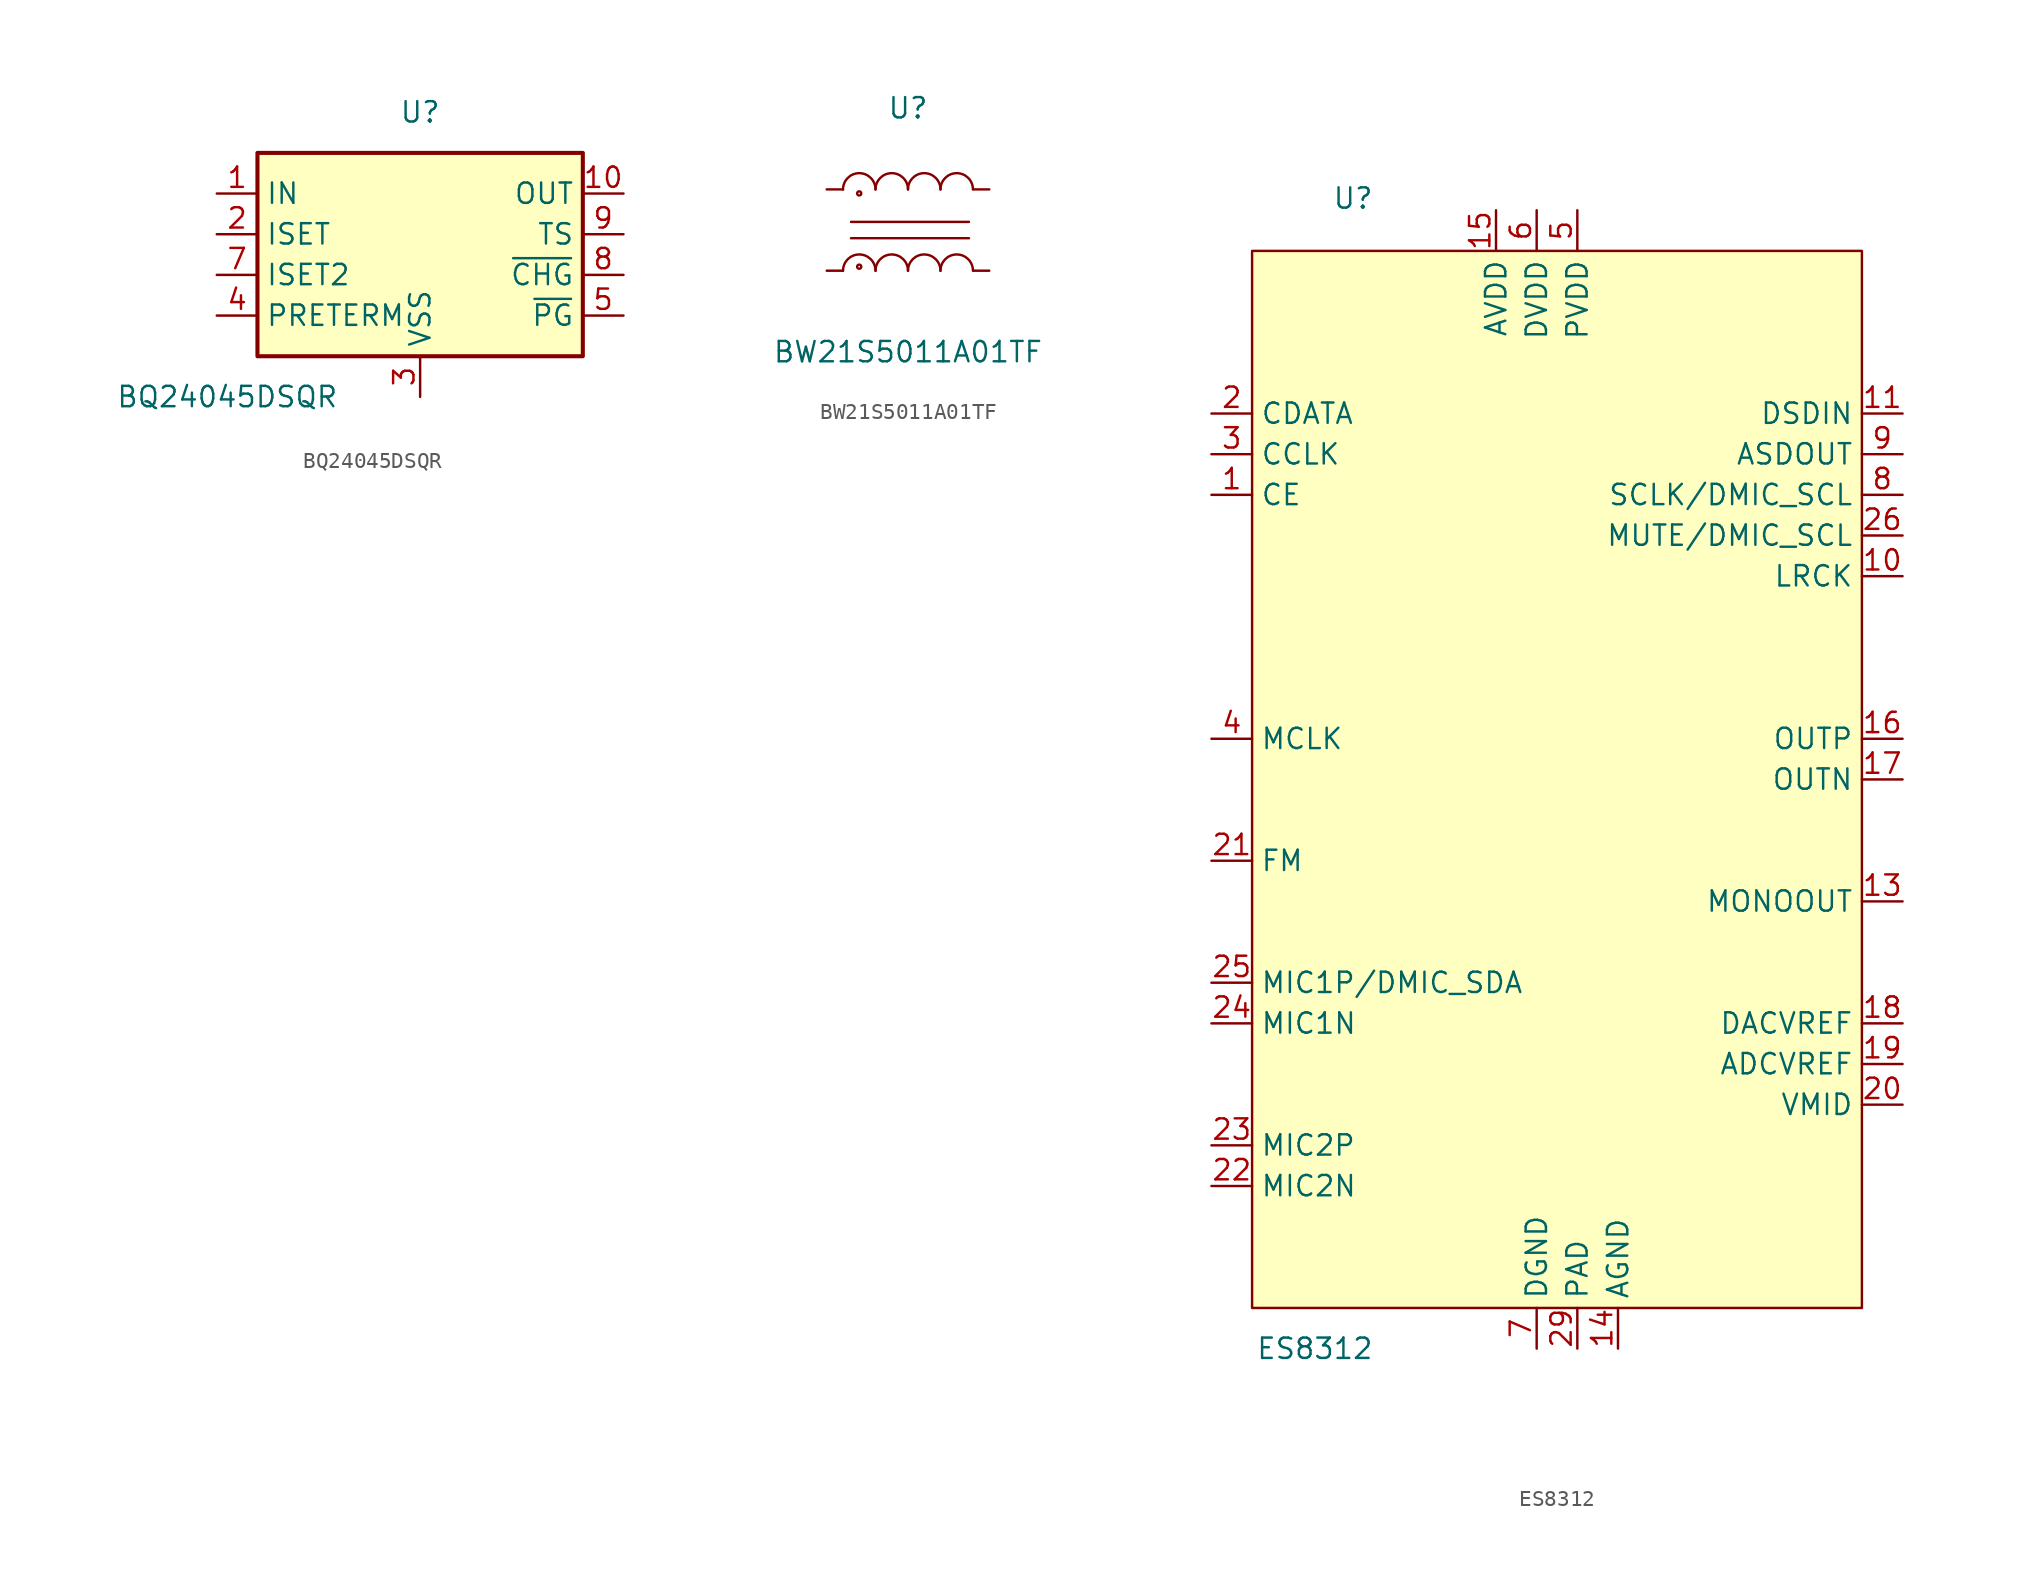
<source format=kicad_sym>
(kicad_symbol_lib
  (version 20241209)
  (generator "kicad_symbol_editor")
  (generator_version "9.0")
  (symbol "BQ24045DSQR"
    (property "Reference" "U"
      (at 0 10.16 0)
      (effects (font (size 1.27 1.27))))
    (property "Value" "BQ24045DSQR"
      (at -5.08 -7.62 0)
      (effects (font (size 1.27 1.27)) (justify right)))
    (symbol "BQ24045DSQR_0_1"
      (rectangle (start -10.16 7.62) (end 10.16 -5.08) (stroke (width 0.254) (type default)) (fill (type background))))
    (symbol "BQ24045DSQR_1_1"
      (pin power_in line (at -12.7 5.08 0) (length 2.54) (name "IN" (effects (font (size 1.27 1.27)))) (number "1" (effects (font (size 1.27 1.27)))))
      (pin passive line (at -12.7 2.54 0) (length 2.54) (name "ISET" (effects (font (size 1.27 1.27)))) (number "2" (effects (font (size 1.27 1.27)))))
      (pin passive line (at -12.7 0 0) (length 2.54) (name "ISET2" (effects (font (size 1.27 1.27)))) (number "7" (effects (font (size 1.27 1.27)))))
      (pin passive line (at -12.7 -2.54 0) (length 2.54) (name "PRETERM" (effects (font (size 1.27 1.27)))) (number "4" (effects (font (size 1.27 1.27)))))
      (pin passive line (at 0 -7.62 90) (length 2.54) (hide yes) (name "VSS" (effects (font (size 1.27 1.27)))) (number "11" (effects (font (size 1.27 1.27)))))
      (pin power_in line (at 0 -7.62 90) (length 2.54) (name "VSS" (effects (font (size 1.27 1.27)))) (number "3" (effects (font (size 1.27 1.27)))))
      (pin no_connect line (at 2.54 -7.62 90) (length 2.54) (hide yes) (name "NC" (effects (font (size 1.27 1.27)))) (number "6" (effects (font (size 1.27 1.27)))))
      (pin power_out line (at 12.7 5.08 180) (length 2.54) (name "OUT" (effects (font (size 1.27 1.27)))) (number "10" (effects (font (size 1.27 1.27)))))
      (pin passive line (at 12.7 2.54 180) (length 2.54) (name "TS" (effects (font (size 1.27 1.27)))) (number "9" (effects (font (size 1.27 1.27)))))
      (pin open_collector line (at 12.7 0 180) (length 2.54) (name "~{CHG}" (effects (font (size 1.27 1.27)))) (number "8" (effects (font (size 1.27 1.27)))))
      (pin open_collector line (at 12.7 -2.54 180) (length 2.54) (name "~{PG}" (effects (font (size 1.27 1.27)))) (number "5" (effects (font (size 1.27 1.27)))))))
  (symbol "BW21S5011A01TF"
    (pin_numbers
      (hide yes))
    (pin_names
      (hide yes))
    (property "Reference" "U"
      (at 0 7.62 0)
      (effects (font (size 1.27 1.27))))
    (property "Value" "BW21S5011A01TF"
      (at 0 -7.62 0)
      (effects (font (size 1.27 1.27))))
    (symbol "BW21S5011A01TF_0_1"
      (polyline (pts (xy -3.56 0.51) (xy 3.81 0.51)) (stroke (width 0) (type default)) (fill (type none)))
      (polyline (pts (xy -3.56 -0.51) (xy 3.81 -0.51)) (stroke (width 0) (type default)) (fill (type none)))
      (circle (center -3.05 2.29) (radius 0.13) (stroke (width 0) (type default)) (fill (type none)))
      (circle (center -3.05 -2.29) (radius 0.13) (stroke (width 0) (type default)) (fill (type none)))
      (arc (start -4.06 2.53) (mid -3.055 3.553) (end -2.03 2.55) (stroke (width 0) (type default)) (fill (type none)))
      (arc (start -4.06 -2.55) (mid -3.055 -1.527) (end -2.03 -2.53) (stroke (width 0) (type default)) (fill (type none)))
      (arc (start -2.03 2.53) (mid -1.025 3.553) (end 0 2.55) (stroke (width 0) (type default)) (fill (type none)))
      (arc (start -2.03 -2.55) (mid -1.025 -1.527) (end 0 -2.53) (stroke (width 0) (type default)) (fill (type none)))
      (arc (start 0 2.53) (mid 1.005 3.553) (end 2.03 2.55) (stroke (width 0) (type default)) (fill (type none)))
      (arc (start 0 -2.55) (mid 1.005 -1.527) (end 2.03 -2.53) (stroke (width 0) (type default)) (fill (type none)))
      (arc (start 2.03 2.53) (mid 3.035 3.553) (end 4.06 2.55) (stroke (width 0) (type default)) (fill (type none)))
      (arc (start 2.03 -2.55) (mid 3.035 -1.527) (end 4.06 -2.53) (stroke (width 0) (type default)) (fill (type none))))
    (symbol "BW21S5011A01TF_1_1"
      (pin passive line (at -5.08 2.54 0) (length 1.016) (name "1" (effects (font (size 1.27 1.27)))) (number "1" (effects (font (size 1.27 1.27)))))
      (pin passive line (at -5.08 -2.54 0) (length 1.016) (name "4" (effects (font (size 1.27 1.27)))) (number "4" (effects (font (size 1.27 1.27)))))
      (pin passive line (at 5.08 2.54 180) (length 1.016) (name "2" (effects (font (size 1.27 1.27)))) (number "2" (effects (font (size 1.27 1.27)))))
      (pin passive line (at 5.08 -2.54 180) (length 1.016) (name "3" (effects (font (size 1.27 1.27)))) (number "3" (effects (font (size 1.27 1.27)))))))
  (symbol "ES8312"
    (property "Reference" "U"
      (at -10.16 33.02 0)
      (effects (font (size 1.27 1.27)) (justify right bottom)))
    (property "Value" "ES8312"
      (at -10.16 -38.1 0)
      (effects (font (size 1.27 1.27)) (justify right)))
    (symbol "ES8312_1_1"
      (rectangle (start -17.78 30.48) (end 20.32 -35.56) (stroke (width 0) (type default)) (fill (type background)))
      (pin bidirectional line (at -20.32 20.32 0) (length 2.54) (name "CDATA" (effects (font (size 1.27 1.27)))) (number "2" (effects (font (size 1.27 1.27)))))
      (pin input line (at -20.32 17.78 0) (length 2.54) (name "CCLK" (effects (font (size 1.27 1.27)))) (number "3" (effects (font (size 1.27 1.27)))))
      (pin input line (at -20.32 15.24 0) (length 2.54) (name "CE" (effects (font (size 1.27 1.27)))) (number "1" (effects (font (size 1.27 1.27)))))
      (pin no_connect line (at -20.32 10.16 0) (length 2.54) (hide yes) (name "NC" (effects (font (size 1.27 1.27)))) (number "12" (effects (font (size 1.27 1.27)))))
      (pin no_connect line (at -20.32 7.62 0) (length 2.54) (hide yes) (name "NC" (effects (font (size 1.27 1.27)))) (number "27" (effects (font (size 1.27 1.27)))))
      (pin no_connect line (at -20.32 5.08 0) (length 2.54) (hide yes) (name "NC" (effects (font (size 1.27 1.27)))) (number "28" (effects (font (size 1.27 1.27)))))
      (pin input line (at -20.32 0 0) (length 2.54) (name "MCLK" (effects (font (size 1.27 1.27)))) (number "4" (effects (font (size 1.27 1.27)))))
      (pin input line (at -20.32 -7.62 0) (length 2.54) (name "FM" (effects (font (size 1.27 1.27)))) (number "21" (effects (font (size 1.27 1.27)))))
      (pin input line (at -20.32 -15.24 0) (length 2.54) (name "MIC1P/DMIC_SDA" (effects (font (size 1.27 1.27)))) (number "25" (effects (font (size 1.27 1.27)))))
      (pin input line (at -20.32 -17.78 0) (length 2.54) (name "MIC1N" (effects (font (size 1.27 1.27)))) (number "24" (effects (font (size 1.27 1.27)))))
      (pin input line (at -20.32 -25.4 0) (length 2.54) (name "MIC2P" (effects (font (size 1.27 1.27)))) (number "23" (effects (font (size 1.27 1.27)))))
      (pin input line (at -20.32 -27.94 0) (length 2.54) (name "MIC2N" (effects (font (size 1.27 1.27)))) (number "22" (effects (font (size 1.27 1.27)))))
      (pin power_in line (at -2.54 33.02 270) (length 2.54) (name "AVDD" (effects (font (size 1.27 1.27)))) (number "15" (effects (font (size 1.27 1.27)))))
      (pin power_in line (at 0 33.02 270) (length 2.54) (name "DVDD" (effects (font (size 1.27 1.27)))) (number "6" (effects (font (size 1.27 1.27)))))
      (pin power_in line (at 0 -38.1 90) (length 2.54) (name "DGND" (effects (font (size 1.27 1.27)))) (number "7" (effects (font (size 1.27 1.27)))))
      (pin power_in line (at 2.54 33.02 270) (length 2.54) (name "PVDD" (effects (font (size 1.27 1.27)))) (number "5" (effects (font (size 1.27 1.27)))))
      (pin passive line (at 2.54 -38.1 90) (length 2.54) (name "PAD" (effects (font (size 1.27 1.27)))) (number "29" (effects (font (size 1.27 1.27)))))
      (pin power_in line (at 5.08 -38.1 90) (length 2.54) (name "AGND" (effects (font (size 1.27 1.27)))) (number "14" (effects (font (size 1.27 1.27)))))
      (pin input line (at 22.86 20.32 180) (length 2.54) (name "DSDIN" (effects (font (size 1.27 1.27)))) (number "11" (effects (font (size 1.27 1.27)))))
      (pin output line (at 22.86 17.78 180) (length 2.54) (name "ASDOUT" (effects (font (size 1.27 1.27)))) (number "9" (effects (font (size 1.27 1.27)))))
      (pin bidirectional line (at 22.86 15.24 180) (length 2.54) (name "SCLK/DMIC_SCL" (effects (font (size 1.27 1.27)))) (number "8" (effects (font (size 1.27 1.27)))))
      (pin output line (at 22.86 12.7 180) (length 2.54) (name "MUTE/DMIC_SCL" (effects (font (size 1.27 1.27)))) (number "26" (effects (font (size 1.27 1.27)))))
      (pin bidirectional line (at 22.86 10.16 180) (length 2.54) (name "LRCK" (effects (font (size 1.27 1.27)))) (number "10" (effects (font (size 1.27 1.27)))))
      (pin output line (at 22.86 0 180) (length 2.54) (name "OUTP" (effects (font (size 1.27 1.27)))) (number "16" (effects (font (size 1.27 1.27)))))
      (pin output line (at 22.86 -2.54 180) (length 2.54) (name "OUTN" (effects (font (size 1.27 1.27)))) (number "17" (effects (font (size 1.27 1.27)))))
      (pin output line (at 22.86 -10.16 180) (length 2.54) (name "MONOOUT" (effects (font (size 1.27 1.27)))) (number "13" (effects (font (size 1.27 1.27)))))
      (pin passive line (at 22.86 -17.78 180) (length 2.54) (name "DACVREF" (effects (font (size 1.27 1.27)))) (number "18" (effects (font (size 1.27 1.27)))))
      (pin passive line (at 22.86 -20.32 180) (length 2.54) (name "ADCVREF" (effects (font (size 1.27 1.27)))) (number "19" (effects (font (size 1.27 1.27)))))
      (pin passive line (at 22.86 -22.86 180) (length 2.54) (name "VMID" (effects (font (size 1.27 1.27)))) (number "20" (effects (font (size 1.27 1.27))))))))
</source>
